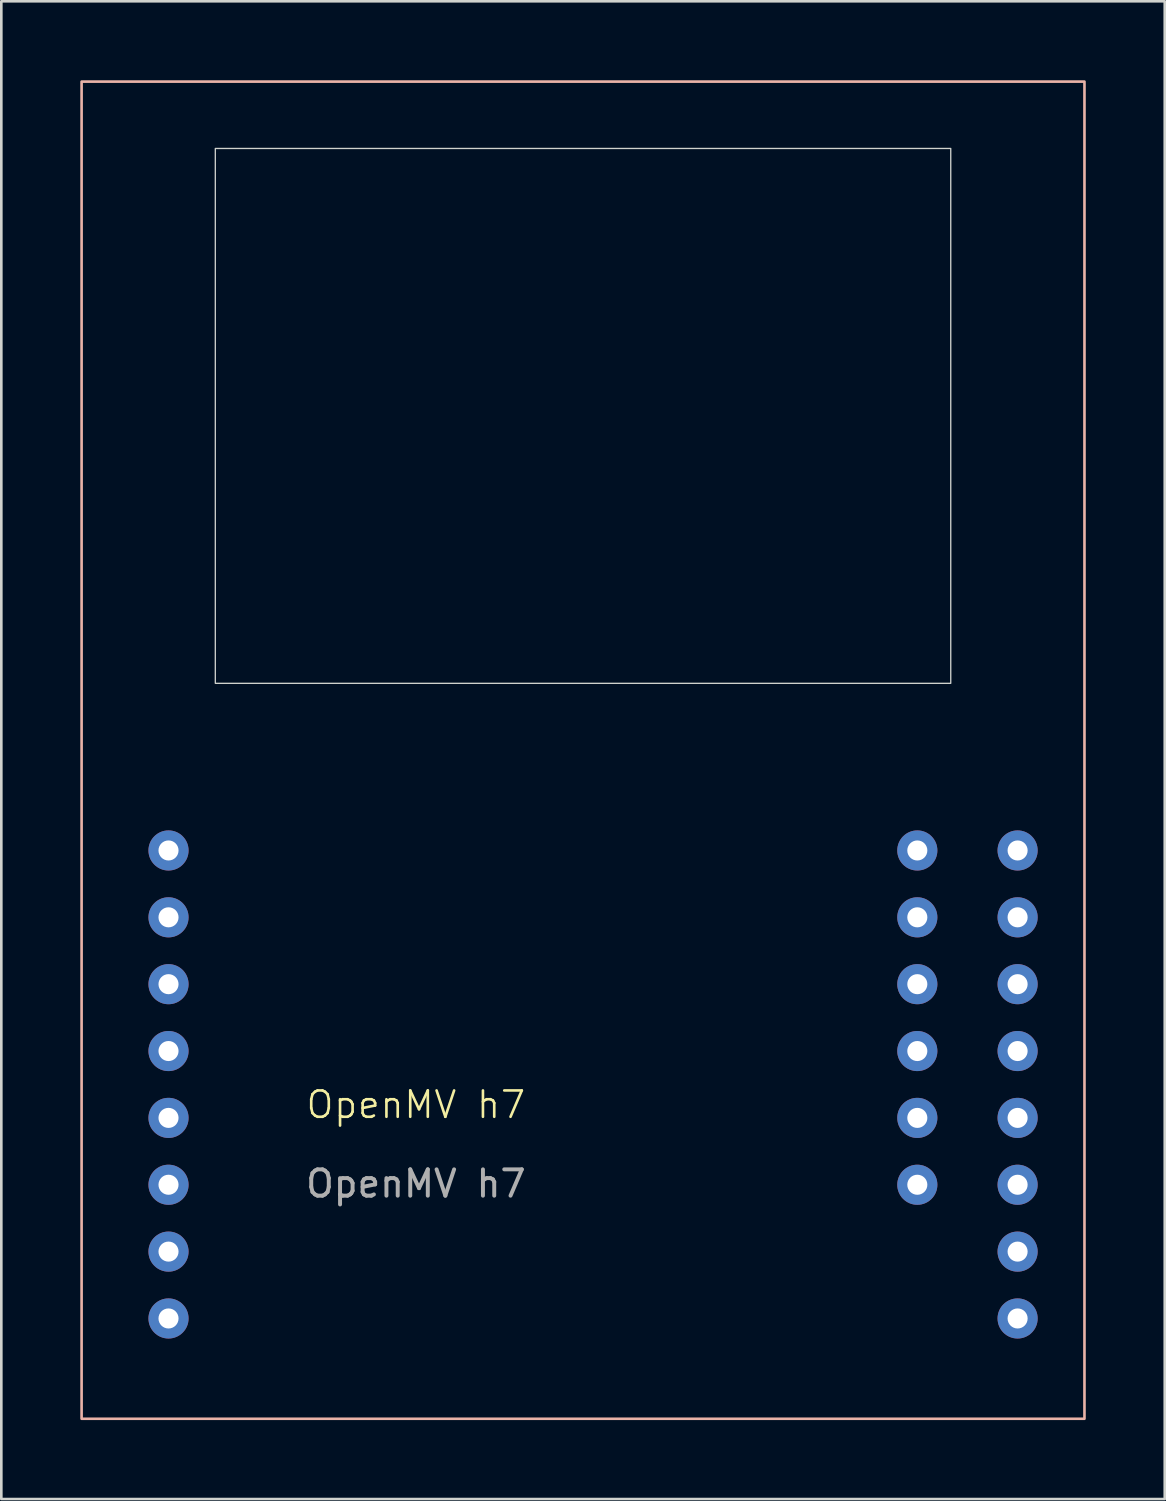
<source format=kicad_pcb>
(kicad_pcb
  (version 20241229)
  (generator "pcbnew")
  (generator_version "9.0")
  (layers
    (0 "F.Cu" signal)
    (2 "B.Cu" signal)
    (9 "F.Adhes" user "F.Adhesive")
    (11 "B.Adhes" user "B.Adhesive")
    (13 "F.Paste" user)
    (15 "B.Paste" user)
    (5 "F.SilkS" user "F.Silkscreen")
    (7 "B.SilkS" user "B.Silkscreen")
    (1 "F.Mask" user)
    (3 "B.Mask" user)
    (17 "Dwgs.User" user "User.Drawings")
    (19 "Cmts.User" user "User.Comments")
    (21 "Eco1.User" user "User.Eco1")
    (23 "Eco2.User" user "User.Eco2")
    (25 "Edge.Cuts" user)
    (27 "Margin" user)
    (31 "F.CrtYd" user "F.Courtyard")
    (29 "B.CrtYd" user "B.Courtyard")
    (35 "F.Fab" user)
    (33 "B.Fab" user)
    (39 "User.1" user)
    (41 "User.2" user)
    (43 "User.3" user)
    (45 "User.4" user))
  (footprint "OpenMV h7"
    (layer "F.Cu")
    (at 12.75 39.42)
    (property "Reference" "OpenMV h7" (at 0 -0.5 0) (unlocked yes) (layer "F.SilkS") (effects (font (size 1 1) (thickness 0.1))))
    (attr through_hole)
    (fp_rect (start -12.7 -39.37) (end 25.4 11.43) (stroke (width 0.1) (type default)) (fill no) (layer "B.SilkS"))
    (fp_rect (start -7.62 -36.83) (end 20.32 -16.51) (stroke (width 0.05) (type default)) (fill no) (layer "Edge.Cuts"))
    (fp_rect (start -12.7 -39.37) (end 25.4 11.43) (stroke (width 0.05) (type default)) (fill no) (layer "User.4"))
    (fp_text user "${REFERENCE}" (at 0 2.5 0) (unlocked yes) (layer "F.Fab") (effects (font (size 1 1) (thickness 0.15))))
    (pad "1" thru_hole circle (at -9.398 -10.16) (size 1.524 1.524) (drill 0.762) (layers "*.Cu" "*.Mask"))
    (pad "2" thru_hole circle (at -9.398 -7.62) (size 1.524 1.524) (drill 0.762) (layers "*.Cu" "*.Mask"))
    (pad "3" thru_hole circle (at -9.398 -5.08) (size 1.524 1.524) (drill 0.762) (layers "*.Cu" "*.Mask"))
    (pad "4" thru_hole circle (at -9.398 -2.54) (size 1.524 1.524) (drill 0.762) (layers "*.Cu" "*.Mask"))
    (pad "5" thru_hole circle (at -9.398 0) (size 1.524 1.524) (drill 0.762) (layers "*.Cu" "*.Mask"))
    (pad "6" thru_hole circle (at -9.398 2.54) (size 1.524 1.524) (drill 0.762) (layers "*.Cu" "*.Mask"))
    (pad "7" thru_hole circle (at -9.398 5.08) (size 1.524 1.524) (drill 0.762) (layers "*.Cu" "*.Mask"))
    (pad "8" thru_hole circle (at -9.398 7.62) (size 1.524 1.524) (drill 0.762) (layers "*.Cu" "*.Mask"))
    (pad "9" thru_hole circle (at 22.86 -10.16) (size 1.524 1.524) (drill 0.762) (layers "*.Cu" "*.Mask"))
    (pad "10" thru_hole circle (at 22.86 -7.62) (size 1.524 1.524) (drill 0.762) (layers "*.Cu" "*.Mask"))
    (pad "11" thru_hole circle (at 22.86 -5.08) (size 1.524 1.524) (drill 0.762) (layers "*.Cu" "*.Mask"))
    (pad "12" thru_hole circle (at 22.86 -2.54) (size 1.524 1.524) (drill 0.762) (layers "*.Cu" "*.Mask"))
    (pad "13" thru_hole circle (at 22.86 0) (size 1.524 1.524) (drill 0.762) (layers "*.Cu" "*.Mask"))
    (pad "14" thru_hole circle (at 22.86 2.54) (size 1.524 1.524) (drill 0.762) (layers "*.Cu" "*.Mask"))
    (pad "15" thru_hole circle (at 22.86 5.08) (size 1.524 1.524) (drill 0.762) (layers "*.Cu" "*.Mask"))
    (pad "16" thru_hole circle (at 22.86 7.62) (size 1.524 1.524) (drill 0.762) (layers "*.Cu" "*.Mask"))
    (pad "17" thru_hole circle (at 19.05 -10.16) (size 1.524 1.524) (drill 0.762) (layers "*.Cu" "*.Mask"))
    (pad "18" thru_hole circle (at 19.05 -7.62) (size 1.524 1.524) (drill 0.762) (layers "*.Cu" "*.Mask"))
    (pad "19" thru_hole circle (at 19.05 -5.08) (size 1.524 1.524) (drill 0.762) (layers "*.Cu" "*.Mask"))
    (pad "20" thru_hole circle (at 19.05 -2.54) (size 1.524 1.524) (drill 0.762) (layers "*.Cu" "*.Mask"))
    (pad "21" thru_hole circle (at 19.05 0) (size 1.524 1.524) (drill 0.762) (layers "*.Cu" "*.Mask"))
    (pad "22" thru_hole circle (at 19.05 2.54) (size 1.524 1.524) (drill 0.762) (layers "*.Cu" "*.Mask")))
  (gr_rect
    (start -3 -3)
    (end 41.2 53.9)
    (stroke (width 0.1) (type default))
    (fill no)
    (layer "Edge.Cuts")))
</source>
